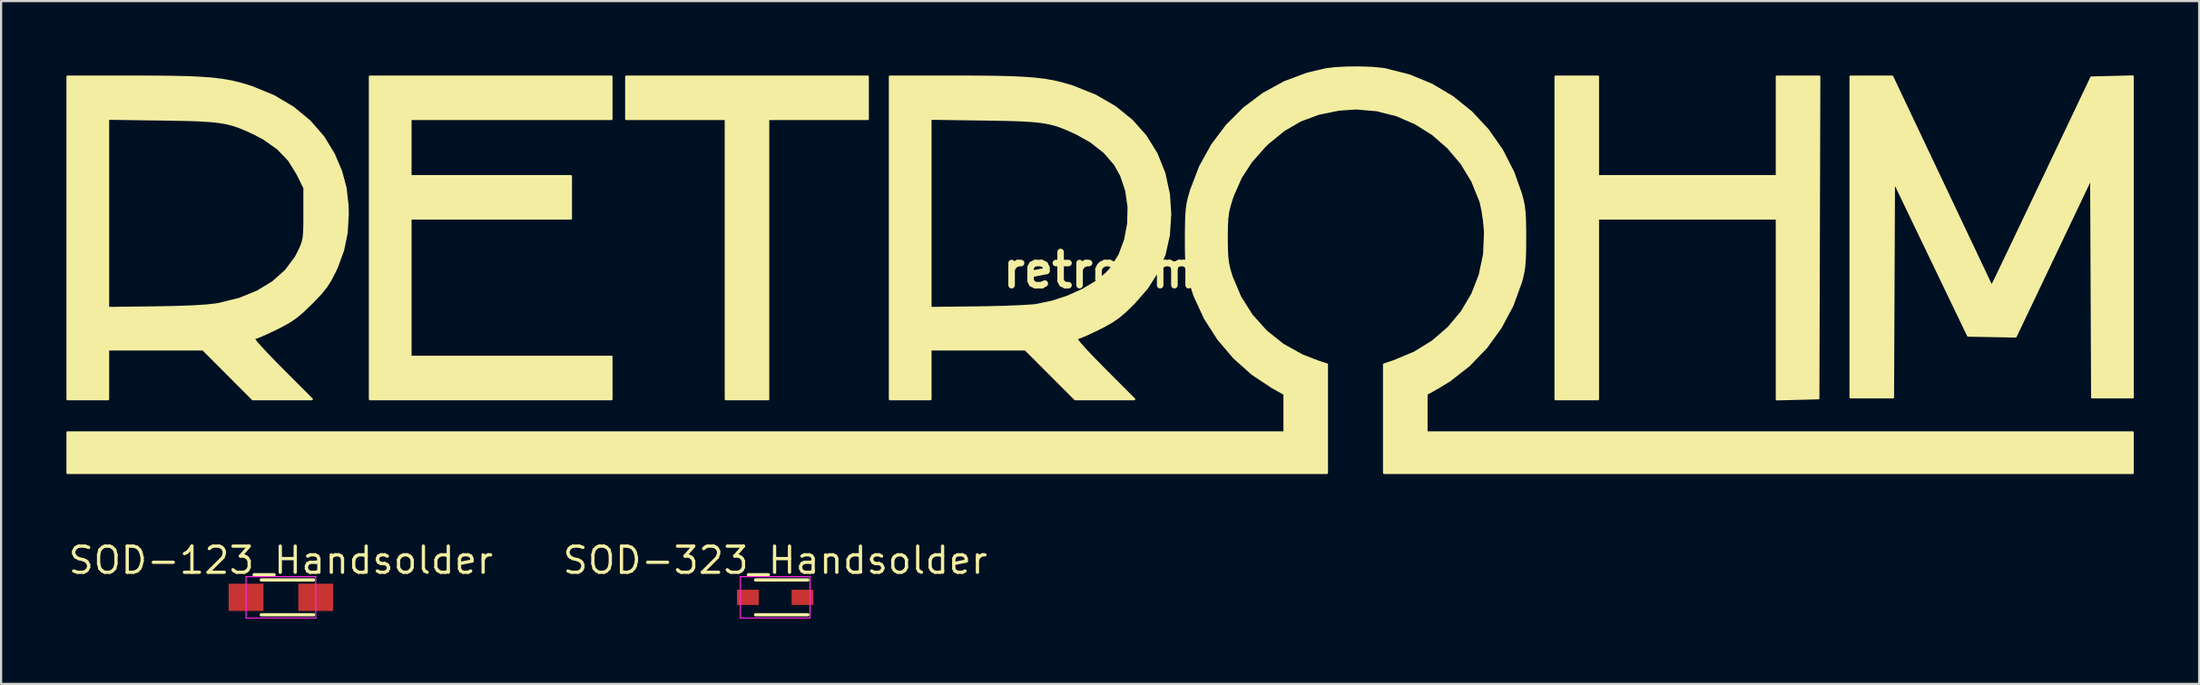
<source format=kicad_pcb>
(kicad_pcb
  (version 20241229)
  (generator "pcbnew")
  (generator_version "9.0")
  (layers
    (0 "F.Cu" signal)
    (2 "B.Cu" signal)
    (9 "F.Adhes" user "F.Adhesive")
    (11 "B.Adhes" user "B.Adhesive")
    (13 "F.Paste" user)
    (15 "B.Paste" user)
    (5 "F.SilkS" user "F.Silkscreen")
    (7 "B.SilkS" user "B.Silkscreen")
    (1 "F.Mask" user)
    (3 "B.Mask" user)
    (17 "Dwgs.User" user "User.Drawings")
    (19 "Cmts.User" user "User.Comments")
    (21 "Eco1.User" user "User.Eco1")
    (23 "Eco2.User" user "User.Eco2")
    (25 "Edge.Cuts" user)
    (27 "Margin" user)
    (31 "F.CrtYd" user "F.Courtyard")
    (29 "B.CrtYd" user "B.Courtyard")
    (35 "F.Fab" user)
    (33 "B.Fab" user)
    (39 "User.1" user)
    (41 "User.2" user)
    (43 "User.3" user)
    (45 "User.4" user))
  (footprint "SOD-323_Handsolder"
    (layer "F.Cu")
    (at 32.544 24.387)
    (property "Reference" "SOD-323_Handsolder" (at 0 -1.7 0) (layer "F.SilkS") (effects (font (size 1.2 1.2) (thickness 0.15))))
    (attr smd)
    (fp_line (start -0.9 -0.8) (end 1.5 -0.8) (stroke (width 0.15) (type solid)) (layer "F.SilkS"))
    (fp_line (start -0.9 0.8) (end 1.5 0.8) (stroke (width 0.15) (type solid)) (layer "F.SilkS"))
    (fp_line (start -1.6 -0.95) (end 1.6 -0.95) (stroke (width 0.05) (type solid)) (layer "F.CrtYd"))
    (fp_line (start -1.6 0.95) (end -1.6 -0.95) (stroke (width 0.05) (type solid)) (layer "F.CrtYd"))
    (fp_line (start 1.6 -0.95) (end 1.6 0.95) (stroke (width 0.05) (type solid)) (layer "F.CrtYd"))
    (fp_line (start 1.6 0.95) (end -1.6 0.95) (stroke (width 0.05) (type solid)) (layer "F.CrtYd"))
    (pad "1" smd rect (at -1.255 0) (size 1 0.7) (layers "F.Cu" "F.Mask" "F.Paste"))
    (pad "2" smd rect (at 1.255 0) (size 1 0.7) (layers "F.Cu" "F.Mask" "F.Paste")))
  (footprint "retrohm"
    (layer "F.Cu")
    (at 47.463 9.359)
    (property "Reference" "retrohm" (at 0 0 0) (layer "F.SilkS") (effects (font (size 1.524 1.524) (thickness 0.3))))
    (attr through_hole)
    (fp_poly (pts (xy -10.668 -6.943) (xy -12.954 -6.943) (xy -15.24 -6.943) (xy -15.24 -0.508) (xy -15.24 5.927) (xy -16.214 5.927) (xy -17.187 5.927) (xy -17.187 -0.508) (xy -17.187 -6.943) (xy -19.473 -6.943) (xy -21.759 -6.943) (xy -21.759 -7.916) (xy -21.759 -8.89) (xy -16.214 -8.89) (xy -10.668 -8.89) (xy -10.668 -7.916) (xy -10.668 -6.943)) (stroke (width 0.1) (type solid)) (fill yes) (layer "F.SilkS"))
    (fp_poly (pts (xy -22.437 5.927) (xy -27.982 5.927) (xy -33.528 5.927) (xy -33.528 -1.482) (xy -33.528 -8.89) (xy -27.982 -8.89) (xy -22.437 -8.89) (xy -22.437 -7.916) (xy -22.437 -6.943) (xy -27.051 -6.943) (xy -31.665 -6.943) (xy -31.665 -5.63) (xy -31.665 -4.318) (xy -27.982 -4.318) (xy -24.299 -4.318) (xy -24.299 -3.344) (xy -24.299 -2.371) (xy -27.982 -2.371) (xy -31.665 -2.371) (xy -31.665 0.804) (xy -31.665 3.979) (xy -27.051 3.979) (xy -22.437 3.979) (xy -22.437 4.953) (xy -22.437 5.927)) (stroke (width 0.1) (type solid)) (fill yes) (layer "F.SilkS"))
    (fp_poly (pts (xy 33.021 -8.89) (xy 32.999 -1.503) (xy 32.978 5.884) (xy 32.025 5.908) (xy 31.073 5.932) (xy 31.073 1.781) (xy 31.073 -2.371) (xy 26.966 -2.371) (xy 22.86 -2.371) (xy 22.86 1.778) (xy 22.86 5.927) (xy 21.886 5.927) (xy 20.913 5.927) (xy 20.913 -1.482) (xy 20.913 -8.89) (xy 21.886 -8.89) (xy 22.86 -8.89) (xy 22.86 -6.604) (xy 22.86 -4.318) (xy 26.966 -4.318) (xy 31.073 -4.318) (xy 31.073 -6.604) (xy 31.073 -8.89) (xy 32.047 -8.89) (xy 33.021 -8.89)) (stroke (width 0.1) (type solid)) (fill yes) (layer "F.SilkS"))
    (fp_poly (pts (xy 47.413 5.842) (xy 46.483 5.842) (xy 45.552 5.842) (xy 45.53 0.799) (xy 45.508 -4.243) (xy 43.773 -0.599) (xy 42.037 3.046) (xy 40.946 3.026) (xy 39.856 3.006) (xy 38.152 -0.54) (xy 36.449 -4.085) (xy 36.427 0.879) (xy 36.405 5.842) (xy 35.432 5.842) (xy 34.459 5.842) (xy 34.459 -1.524) (xy 34.459 -8.89) (xy 35.414 -8.89) (xy 36.369 -8.89) (xy 38.653 -4.07) (xy 40.936 0.75) (xy 41.132 0.354) (xy 41.205 0.205) (xy 41.342 -0.082) (xy 41.538 -0.491) (xy 41.785 -1.008) (xy 42.075 -1.617) (xy 42.402 -2.303) (xy 42.759 -3.051) (xy 43.137 -3.846) (xy 43.422 -4.445) (xy 45.514 -8.848) (xy 46.464 -8.872) (xy 47.413 -8.896) (xy 47.413 -1.527) (xy 47.413 5.842)) (stroke (width 0.1) (type solid)) (fill yes) (layer "F.SilkS"))
    (fp_poly (pts (xy 3.217 -2.582) (xy 3.155 -1.609) (xy 2.961 -0.731) (xy 2.628 0.074) (xy 2.144 0.83) (xy 1.528 1.532) (xy 1.309 1.745) (xy 1.309 -2.905) (xy 1.201 -3.653) (xy 0.967 -4.352) (xy 0.683 -4.86) (xy 0.2 -5.42) (xy -0.427 -5.912) (xy -1.058 -6.264) (xy -1.415 -6.431) (xy -1.735 -6.564) (xy -2.041 -6.67) (xy -2.357 -6.75) (xy -2.71 -6.81) (xy -3.123 -6.852) (xy -3.621 -6.882) (xy -4.229 -6.902) (xy -4.972 -6.916) (xy -5.313 -6.921) (xy -7.789 -6.956) (xy -7.789 -2.609) (xy -7.789 1.737) (xy -5.652 1.712) (xy -5.029 1.702) (xy -4.429 1.686) (xy -3.883 1.666) (xy -3.423 1.643) (xy -3.079 1.619) (xy -2.932 1.603) (xy -2.203 1.451) (xy -1.483 1.214) (xy -0.805 0.909) (xy -0.205 0.553) (xy 0.281 0.163) (xy 0.505 -0.08) (xy 0.889 -0.694) (xy 1.152 -1.392) (xy 1.292 -2.14) (xy 1.309 -2.905) (xy 1.309 1.745) (xy 1.166 1.884) (xy 0.855 2.148) (xy 0.541 2.365) (xy 0.166 2.576) (xy -0.071 2.696) (xy -0.431 2.87) (xy -0.746 3.011) (xy -0.978 3.104) (xy -1.086 3.133) (xy -1.07 3.189) (xy -0.946 3.349) (xy -0.728 3.597) (xy -0.428 3.918) (xy -0.06 4.298) (xy 0.169 4.53) (xy 1.564 5.927) (xy 0.21 5.927) (xy -1.145 5.927) (xy -2.286 4.784) (xy -3.427 3.641) (xy -5.608 3.641) (xy -7.789 3.641) (xy -7.789 4.784) (xy -7.789 5.927) (xy -8.721 5.927) (xy -9.652 5.927) (xy -9.652 -1.482) (xy -9.652 -8.89) (xy -6.583 -8.89) (xy -5.608 -8.887) (xy -4.782 -8.878) (xy -4.084 -8.86) (xy -3.493 -8.833) (xy -2.989 -8.794) (xy -2.55 -8.742) (xy -2.157 -8.674) (xy -1.788 -8.589) (xy -1.424 -8.485) (xy -1.23 -8.423) (xy -0.211 -8.013) (xy 0.685 -7.493) (xy 1.455 -6.871) (xy 2.092 -6.152) (xy 2.591 -5.343) (xy 2.948 -4.452) (xy 3.158 -3.483) (xy 3.217 -2.582)) (stroke (width 0.1) (type solid)) (fill yes) (layer "F.SilkS"))
    (fp_poly (pts (xy -34.547 -2.582) (xy -34.597 -1.717) (xy -34.758 -0.926) (xy -35.043 -0.146) (xy -35.145 0.074) (xy -35.335 0.442) (xy -35.532 0.752) (xy -35.773 1.053) (xy -36.094 1.395) (xy -36.235 1.537) (xy -36.534 1.823) (xy -36.534 -2.587) (xy -36.534 -3.776) (xy -36.853 -4.423) (xy -37.246 -5.055) (xy -37.758 -5.59) (xy -38.405 -6.045) (xy -38.82 -6.263) (xy -39.176 -6.43) (xy -39.495 -6.563) (xy -39.8 -6.669) (xy -40.117 -6.75) (xy -40.469 -6.809) (xy -40.882 -6.852) (xy -41.381 -6.882) (xy -41.989 -6.902) (xy -42.733 -6.916) (xy -43.074 -6.921) (xy -45.551 -6.956) (xy -45.551 -2.61) (xy -45.551 1.737) (xy -43.37 1.711) (xy -42.439 1.693) (xy -41.67 1.665) (xy -41.059 1.627) (xy -40.599 1.576) (xy -40.471 1.556) (xy -39.531 1.324) (xy -38.697 0.986) (xy -37.979 0.55) (xy -37.387 0.023) (xy -36.932 -0.589) (xy -36.796 -0.847) (xy -36.692 -1.072) (xy -36.62 -1.263) (xy -36.574 -1.457) (xy -36.548 -1.693) (xy -36.537 -2.011) (xy -36.534 -2.45) (xy -36.534 -2.587) (xy -36.534 1.823) (xy -36.6 1.887) (xy -36.91 2.148) (xy -37.221 2.362) (xy -37.588 2.567) (xy -37.853 2.701) (xy -38.214 2.872) (xy -38.526 3.012) (xy -38.755 3.103) (xy -38.86 3.133) (xy -38.84 3.189) (xy -38.713 3.348) (xy -38.495 3.593) (xy -38.2 3.907) (xy -37.845 4.275) (xy -37.592 4.53) (xy -36.197 5.927) (xy -37.552 5.927) (xy -38.907 5.927) (xy -40.047 4.784) (xy -41.188 3.641) (xy -43.369 3.641) (xy -45.551 3.641) (xy -45.551 4.784) (xy -45.551 5.927) (xy -46.482 5.927) (xy -47.413 5.927) (xy -47.413 -1.482) (xy -47.413 -8.89) (xy -44.344 -8.89) (xy -43.37 -8.887) (xy -42.544 -8.878) (xy -41.845 -8.861) (xy -41.254 -8.833) (xy -40.749 -8.794) (xy -40.31 -8.741) (xy -39.915 -8.672) (xy -39.545 -8.586) (xy -39.178 -8.48) (xy -38.928 -8.399) (xy -37.938 -7.99) (xy -37.058 -7.468) (xy -36.299 -6.841) (xy -35.668 -6.118) (xy -35.184 -5.32) (xy -34.852 -4.539) (xy -34.648 -3.779) (xy -34.556 -2.971) (xy -34.547 -2.582)) (stroke (width 0.1) (type solid)) (fill yes) (layer "F.SilkS"))
    (fp_poly (pts (xy 47.413 9.313) (xy 30.226 9.313) (xy 13.039 9.313) (xy 13.039 6.822) (xy 13.039 4.332) (xy 13.483 4.186) (xy 14.423 3.795) (xy 15.263 3.278) (xy 15.993 2.649) (xy 16.604 1.921) (xy 17.088 1.107) (xy 17.433 0.222) (xy 17.633 -0.723) (xy 17.676 -1.713) (xy 17.668 -1.86) (xy 17.627 -2.289) (xy 17.562 -2.724) (xy 17.484 -3.091) (xy 17.457 -3.182) (xy 17.089 -4.09) (xy 16.59 -4.911) (xy 15.976 -5.635) (xy 15.264 -6.252) (xy 14.469 -6.75) (xy 13.609 -7.12) (xy 12.699 -7.35) (xy 11.757 -7.43) (xy 10.965 -7.376) (xy 10.03 -7.184) (xy 9.2 -6.876) (xy 8.44 -6.436) (xy 7.719 -5.848) (xy 7.538 -5.672) (xy 6.927 -4.98) (xy 6.456 -4.249) (xy 6.097 -3.434) (xy 6.037 -3.26) (xy 5.941 -2.947) (xy 5.876 -2.669) (xy 5.838 -2.376) (xy 5.819 -2.02) (xy 5.813 -1.55) (xy 5.813 -1.482) (xy 5.818 -0.993) (xy 5.835 -0.625) (xy 5.871 -0.326) (xy 5.932 -0.048) (xy 6.024 0.259) (xy 6.036 0.296) (xy 6.43 1.233) (xy 6.959 2.071) (xy 7.615 2.803) (xy 8.387 3.42) (xy 9.268 3.912) (xy 9.97 4.186) (xy 10.414 4.332) (xy 10.414 6.822) (xy 10.414 9.313) (xy -18.5 9.313) (xy -47.413 9.313) (xy -47.413 8.382) (xy -47.413 7.451) (xy -19.473 7.451) (xy 8.467 7.451) (xy 8.467 6.569) (xy 8.467 5.687) (xy 7.922 5.383) (xy 6.993 4.768) (xy 6.155 4.021) (xy 5.424 3.161) (xy 4.813 2.207) (xy 4.338 1.177) (xy 4.131 0.55) (xy 4.056 0.266) (xy 4.003 -0.001) (xy 3.969 -0.29) (xy 3.95 -0.64) (xy 3.942 -1.09) (xy 3.942 -1.524) (xy 3.947 -2.064) (xy 3.958 -2.474) (xy 3.981 -2.794) (xy 4.019 -3.064) (xy 4.077 -3.324) (xy 4.16 -3.614) (xy 4.176 -3.666) (xy 4.593 -4.754) (xy 5.145 -5.751) (xy 5.82 -6.648) (xy 6.606 -7.434) (xy 7.493 -8.099) (xy 8.469 -8.634) (xy 9.522 -9.027) (xy 10.366 -9.224) (xy 10.805 -9.277) (xy 11.348 -9.305) (xy 11.932 -9.309) (xy 12.494 -9.288) (xy 12.97 -9.243) (xy 13.087 -9.224) (xy 14.192 -8.945) (xy 15.226 -8.518) (xy 16.18 -7.951) (xy 17.042 -7.256) (xy 17.801 -6.442) (xy 18.447 -5.518) (xy 18.969 -4.495) (xy 19.322 -3.505) (xy 19.399 -3.216) (xy 19.453 -2.942) (xy 19.487 -2.642) (xy 19.507 -2.275) (xy 19.515 -1.802) (xy 19.516 -1.482) (xy 19.512 -0.932) (xy 19.499 -0.511) (xy 19.473 -0.178) (xy 19.43 0.108) (xy 19.366 0.387) (xy 19.321 0.55) (xy 18.928 1.627) (xy 18.391 2.633) (xy 17.725 3.552) (xy 16.941 4.367) (xy 16.055 5.06) (xy 15.531 5.383) (xy 14.986 5.687) (xy 14.986 6.569) (xy 14.986 7.451) (xy 31.2 7.451) (xy 47.413 7.451) (xy 47.413 8.382) (xy 47.413 9.313)) (stroke (width 0.1) (type solid)) (fill yes) (layer "F.SilkS")))
  (footprint "SOD-123_Handsolder"
    (layer "F.Cu")
    (at 9.848 24.387)
    (property "Reference" "SOD-123_Handsolder" (at 0 -1.7 0) (layer "F.SilkS") (effects (font (size 1.2 1.2) (thickness 0.15))))
    (attr smd)
    (fp_line (start -0.9 -0.8) (end 1.5 -0.8) (stroke (width 0.15) (type solid)) (layer "F.SilkS"))
    (fp_line (start -0.9 0.8) (end 1.5 0.8) (stroke (width 0.15) (type solid)) (layer "F.SilkS"))
    (fp_line (start -1.6 -0.95) (end 1.6 -0.95) (stroke (width 0.05) (type solid)) (layer "F.CrtYd"))
    (fp_line (start -1.6 0.95) (end -1.6 -0.95) (stroke (width 0.05) (type solid)) (layer "F.CrtYd"))
    (fp_line (start 1.6 -0.95) (end 1.6 0.95) (stroke (width 0.05) (type solid)) (layer "F.CrtYd"))
    (fp_line (start 1.6 0.95) (end -1.6 0.95) (stroke (width 0.05) (type solid)) (layer "F.CrtYd"))
    (pad "1" smd rect (at -1.6 0) (size 1.6 1.25) (layers "F.Cu" "F.Mask" "F.Paste"))
    (pad "2" smd rect (at 1.6 0) (size 1.6 1.25) (layers "F.Cu" "F.Mask" "F.Paste")))
  (gr_rect
    (start -3 -3)
    (end 97.927 28.362)
    (stroke (width 0.1) (type default))
    (fill no)
    (layer "Edge.Cuts")))
</source>
